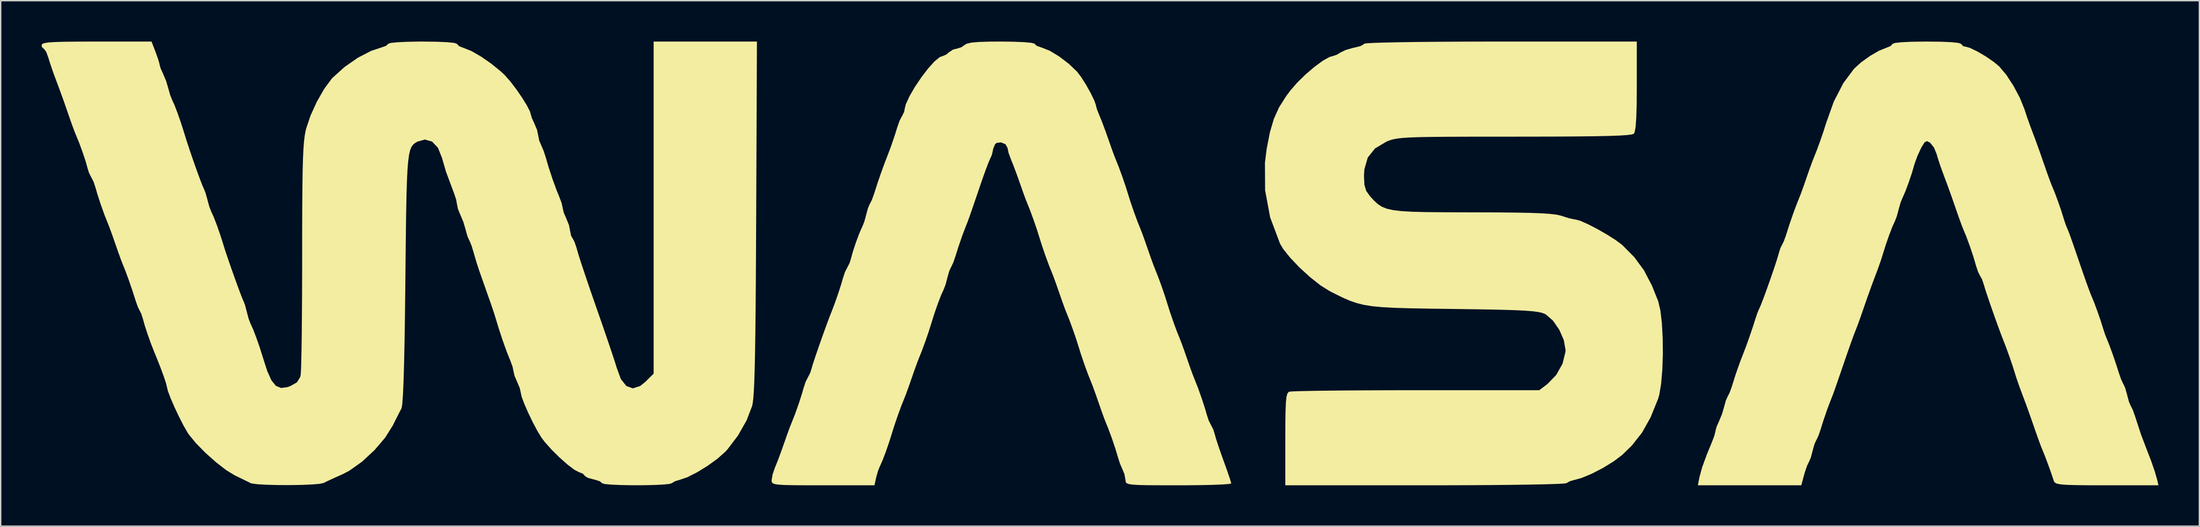
<source format=kicad_pcb>
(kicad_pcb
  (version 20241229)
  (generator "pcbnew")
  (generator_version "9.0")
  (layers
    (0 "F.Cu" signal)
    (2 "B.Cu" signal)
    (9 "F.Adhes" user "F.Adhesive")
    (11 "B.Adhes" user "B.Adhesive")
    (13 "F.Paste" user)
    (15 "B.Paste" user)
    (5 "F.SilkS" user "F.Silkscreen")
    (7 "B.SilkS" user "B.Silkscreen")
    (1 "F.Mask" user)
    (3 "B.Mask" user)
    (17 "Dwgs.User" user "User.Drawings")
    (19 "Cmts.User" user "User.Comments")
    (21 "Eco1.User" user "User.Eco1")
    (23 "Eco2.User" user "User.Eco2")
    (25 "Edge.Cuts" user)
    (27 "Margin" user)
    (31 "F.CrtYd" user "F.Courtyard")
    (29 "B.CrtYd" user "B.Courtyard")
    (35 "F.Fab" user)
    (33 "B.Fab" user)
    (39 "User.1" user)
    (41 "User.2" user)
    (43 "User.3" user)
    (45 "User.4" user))
  (footprint "wasa"
    (layer "F.Cu")
    (at 77.821 16.277)
    (property "Reference" "wasa" (at 0 0 0) (layer "F.SilkS") (effects (font (size 1.5 1.5) (thickness 0.3))))
    (attr board_only exclude_from_pos_files exclude_from_bom)
    (fp_poly (pts (xy 39.091 -13.004) (xy 39.082 -11.685) (xy 39.053 -10.698) (xy 39.004 -10.021) (xy 38.932 -9.628) (xy 38.875 -9.516) (xy 38.726 -9.463) (xy 38.381 -9.418) (xy 37.818 -9.382) (xy 37.015 -9.353) (xy 35.948 -9.331) (xy 34.596 -9.316) (xy 32.937 -9.306) (xy 30.948 -9.302) (xy 30.126 -9.301) (xy 28.146 -9.301) (xy 26.493 -9.298) (xy 25.133 -9.292) (xy 24.034 -9.282) (xy 23.162 -9.266) (xy 22.483 -9.242) (xy 21.964 -9.21) (xy 21.573 -9.168) (xy 21.275 -9.116) (xy 21.037 -9.051) (xy 20.826 -8.972) (xy 20.75 -8.94) (xy 19.908 -8.439) (xy 19.373 -7.769) (xy 19.122 -6.894) (xy 19.095 -6.408) (xy 19.128 -5.765) (xy 19.258 -5.324) (xy 19.536 -4.932) (xy 19.59 -4.871) (xy 19.864 -4.578) (xy 20.125 -4.342) (xy 20.414 -4.156) (xy 20.77 -4.014) (xy 21.234 -3.91) (xy 21.847 -3.838) (xy 22.648 -3.792) (xy 23.678 -3.766) (xy 24.977 -3.754) (xy 26.586 -3.749) (xy 27.057 -3.748) (xy 28.765 -3.743) (xy 30.15 -3.73) (xy 31.248 -3.709) (xy 32.097 -3.678) (xy 32.733 -3.635) (xy 33.193 -3.58) (xy 33.515 -3.509) (xy 33.596 -3.483) (xy 34.115 -3.319) (xy 34.524 -3.229) (xy 34.6 -3.222) (xy 34.946 -3.128) (xy 35.5 -2.884) (xy 36.172 -2.538) (xy 36.869 -2.14) (xy 37.502 -1.741) (xy 37.98 -1.39) (xy 38.039 -1.339) (xy 38.91 -0.458) (xy 39.61 0.497) (xy 40.201 1.624) (xy 40.66 2.773) (xy 40.819 3.444) (xy 40.929 4.376) (xy 40.989 5.473) (xy 41 6.642) (xy 40.962 7.788) (xy 40.875 8.817) (xy 40.739 9.634) (xy 40.655 9.927) (xy 40.099 11.298) (xy 39.477 12.41) (xy 38.727 13.362) (xy 38.033 14.039) (xy 37.408 14.513) (xy 36.623 14.997) (xy 35.796 15.426) (xy 35.05 15.737) (xy 34.659 15.846) (xy 34.217 15.965) (xy 33.956 16.104) (xy 33.944 16.119) (xy 33.75 16.149) (xy 33.225 16.177) (xy 32.401 16.203) (xy 31.307 16.225) (xy 29.973 16.244) (xy 28.43 16.26) (xy 26.708 16.27) (xy 24.836 16.276) (xy 23.588 16.277) (xy 13.33 16.277) (xy 13.33 12.898) (xy 13.334 11.701) (xy 13.347 10.815) (xy 13.374 10.192) (xy 13.417 9.785) (xy 13.482 9.548) (xy 13.572 9.432) (xy 13.615 9.41) (xy 13.847 9.389) (xy 14.403 9.369) (xy 15.249 9.351) (xy 16.348 9.335) (xy 17.666 9.321) (xy 19.166 9.311) (xy 20.813 9.304) (xy 22.571 9.301) (xy 22.921 9.301) (xy 31.941 9.301) (xy 32.545 8.844) (xy 33.187 8.18) (xy 33.65 7.351) (xy 33.861 6.491) (xy 33.867 6.337) (xy 33.74 5.622) (xy 33.41 4.867) (xy 32.948 4.198) (xy 32.428 3.744) (xy 32.372 3.714) (xy 32.168 3.632) (xy 31.884 3.565) (xy 31.48 3.511) (xy 30.92 3.466) (xy 30.166 3.43) (xy 29.18 3.4) (xy 27.923 3.374) (xy 26.358 3.35) (xy 25.67 3.341) (xy 23.941 3.318) (xy 22.526 3.293) (xy 21.378 3.259) (xy 20.452 3.21) (xy 19.701 3.139) (xy 19.078 3.039) (xy 18.538 2.903) (xy 18.034 2.726) (xy 17.519 2.5) (xy 16.948 2.218) (xy 16.57 2.025) (xy 15.902 1.605) (xy 15.144 1.005) (xy 14.38 0.307) (xy 13.695 -0.41) (xy 13.17 -1.066) (xy 12.948 -1.438) (xy 12.22 -3.378) (xy 11.85 -5.361) (xy 11.837 -7.386) (xy 11.964 -8.407) (xy 12.203 -9.628) (xy 12.489 -10.603) (xy 12.868 -11.444) (xy 13.386 -12.263) (xy 13.697 -12.683) (xy 14.211 -13.275) (xy 14.829 -13.878) (xy 15.479 -14.432) (xy 16.086 -14.876) (xy 16.577 -15.15) (xy 16.8 -15.21) (xy 17.113 -15.315) (xy 17.355 -15.465) (xy 17.751 -15.66) (xy 18.294 -15.815) (xy 18.391 -15.833) (xy 18.835 -15.944) (xy 19.079 -16.077) (xy 19.095 -16.114) (xy 19.271 -16.148) (xy 19.783 -16.179) (xy 20.607 -16.206) (xy 21.717 -16.229) (xy 23.091 -16.249) (xy 24.703 -16.263) (xy 26.529 -16.273) (xy 28.545 -16.277) (xy 29.093 -16.277) (xy 39.091 -16.277)) (stroke (width 0) (type solid)) (fill yes) (layer "F.SilkS"))
    (fp_poly (pts (xy 61.4 -16.265) (xy 62.193 -16.23) (xy 62.694 -16.173) (xy 62.87 -16.099) (xy 62.87 -16.099) (xy 63.013 -15.935) (xy 63.113 -15.92) (xy 63.494 -15.818) (xy 64.05 -15.551) (xy 64.678 -15.182) (xy 65.273 -14.77) (xy 65.664 -14.441) (xy 66.17 -13.841) (xy 66.697 -13.031) (xy 67.167 -12.146) (xy 67.501 -11.321) (xy 67.524 -11.248) (xy 67.693 -10.732) (xy 67.931 -10.068) (xy 68.085 -9.659) (xy 68.34 -8.976) (xy 68.642 -8.137) (xy 68.921 -7.334) (xy 69.16 -6.646) (xy 69.375 -6.054) (xy 69.525 -5.67) (xy 69.541 -5.635) (xy 69.735 -5.162) (xy 69.976 -4.514) (xy 70.204 -3.855) (xy 70.362 -3.347) (xy 70.372 -3.309) (xy 70.528 -2.833) (xy 70.626 -2.594) (xy 70.697 -2.431) (xy 70.775 -2.233) (xy 70.88 -1.947) (xy 71.032 -1.517) (xy 71.25 -0.888) (xy 71.552 -0.006) (xy 71.769 0.626) (xy 72.016 1.333) (xy 72.238 1.944) (xy 72.396 2.352) (xy 72.423 2.415) (xy 72.618 2.887) (xy 72.858 3.535) (xy 73.087 4.195) (xy 73.245 4.703) (xy 73.255 4.74) (xy 73.411 5.216) (xy 73.508 5.456) (xy 73.712 5.962) (xy 73.971 6.667) (xy 74.232 7.431) (xy 74.428 8.049) (xy 74.591 8.515) (xy 74.741 8.832) (xy 74.757 8.854) (xy 74.886 9.14) (xy 75.016 9.601) (xy 75.029 9.659) (xy 75.155 10.129) (xy 75.288 10.445) (xy 75.301 10.464) (xy 75.443 10.746) (xy 75.606 11.202) (xy 75.626 11.269) (xy 76.045 12.551) (xy 76.476 13.684) (xy 76.793 14.503) (xy 77.061 15.284) (xy 77.23 15.875) (xy 77.323 16.277) (xy 73.54 16.277) (xy 72.274 16.275) (xy 71.322 16.266) (xy 70.638 16.246) (xy 70.176 16.212) (xy 69.891 16.16) (xy 69.736 16.085) (xy 69.665 15.986) (xy 69.658 15.964) (xy 69.471 15.407) (xy 69.236 14.752) (xy 69.007 14.14) (xy 68.833 13.712) (xy 68.82 13.684) (xy 68.685 13.346) (xy 68.478 12.781) (xy 68.24 12.101) (xy 68.201 11.985) (xy 67.917 11.17) (xy 67.615 10.331) (xy 67.363 9.659) (xy 67.123 9.014) (xy 66.917 8.419) (xy 66.829 8.139) (xy 66.658 7.591) (xy 66.417 6.883) (xy 66.167 6.186) (xy 65.988 5.724) (xy 65.803 5.248) (xy 65.556 4.581) (xy 65.281 3.814) (xy 65.01 3.039) (xy 64.774 2.347) (xy 64.606 1.83) (xy 64.543 1.61) (xy 64.399 1.178) (xy 64.269 0.944) (xy 64.105 0.625) (xy 63.949 0.156) (xy 63.945 0.139) (xy 63.756 -0.507) (xy 63.496 -1.279) (xy 63.227 -2.007) (xy 63.056 -2.415) (xy 62.921 -2.752) (xy 62.714 -3.317) (xy 62.476 -3.997) (xy 62.436 -4.114) (xy 62.153 -4.928) (xy 61.851 -5.767) (xy 61.599 -6.439) (xy 61.357 -7.099) (xy 61.152 -7.723) (xy 61.068 -8.018) (xy 60.87 -8.502) (xy 60.597 -8.849) (xy 60.589 -8.855) (xy 60.361 -8.975) (xy 60.182 -8.885) (xy 59.963 -8.532) (xy 59.914 -8.439) (xy 59.651 -7.867) (xy 59.451 -7.316) (xy 59.431 -7.244) (xy 59.254 -6.64) (xy 59.025 -5.958) (xy 58.791 -5.328) (xy 58.599 -4.883) (xy 58.568 -4.824) (xy 58.422 -4.464) (xy 58.283 -3.965) (xy 58.276 -3.935) (xy 58.139 -3.435) (xy 57.992 -3.061) (xy 57.984 -3.047) (xy 57.814 -2.674) (xy 57.587 -2.08) (xy 57.346 -1.389) (xy 57.136 -0.723) (xy 57.108 -0.626) (xy 56.957 -0.154) (xy 56.732 0.478) (xy 56.574 0.894) (xy 56.318 1.577) (xy 56.016 2.417) (xy 55.737 3.22) (xy 55.499 3.908) (xy 55.286 4.5) (xy 55.139 4.883) (xy 55.123 4.919) (xy 54.993 5.251) (xy 54.788 5.816) (xy 54.545 6.507) (xy 54.475 6.708) (xy 54.115 7.76) (xy 53.85 8.528) (xy 53.663 9.068) (xy 53.534 9.434) (xy 53.442 9.681) (xy 53.37 9.864) (xy 53.344 9.927) (xy 53.068 10.649) (xy 52.772 11.512) (xy 52.568 12.163) (xy 52.408 12.629) (xy 52.259 12.946) (xy 52.243 12.968) (xy 52.114 13.254) (xy 51.984 13.715) (xy 51.971 13.773) (xy 51.845 14.243) (xy 51.711 14.559) (xy 51.698 14.578) (xy 51.566 14.852) (xy 51.406 15.325) (xy 51.351 15.517) (xy 51.146 16.277) (xy 47.356 16.277) (xy 43.566 16.277) (xy 43.68 15.696) (xy 43.874 14.975) (xy 44.225 14.012) (xy 44.603 13.096) (xy 44.774 12.642) (xy 44.855 12.314) (xy 44.856 12.291) (xy 44.936 11.985) (xy 45.11 11.594) (xy 45.333 11.059) (xy 45.49 10.521) (xy 45.617 10.061) (xy 45.751 9.758) (xy 45.758 9.749) (xy 45.9 9.466) (xy 46.063 9.011) (xy 46.083 8.944) (xy 46.345 8.115) (xy 46.643 7.265) (xy 46.859 6.708) (xy 47.081 6.131) (xy 47.351 5.377) (xy 47.612 4.608) (xy 47.768 4.114) (xy 47.923 3.649) (xy 48.055 3.332) (xy 48.068 3.309) (xy 48.184 3.049) (xy 48.381 2.538) (xy 48.627 1.866) (xy 48.89 1.122) (xy 49.14 0.395) (xy 49.344 -0.226) (xy 49.471 -0.65) (xy 49.487 -0.715) (xy 49.615 -1.128) (xy 49.725 -1.342) (xy 49.865 -1.624) (xy 50.029 -2.079) (xy 50.05 -2.146) (xy 50.268 -2.832) (xy 50.531 -3.596) (xy 50.788 -4.294) (xy 50.967 -4.74) (xy 51.105 -5.09) (xy 51.31 -5.653) (xy 51.521 -6.261) (xy 51.746 -6.909) (xy 51.948 -7.462) (xy 52.074 -7.781) (xy 52.282 -8.302) (xy 52.54 -9.006) (xy 52.789 -9.734) (xy 52.962 -10.285) (xy 53.526 -11.866) (xy 54.228 -13.229) (xy 55.011 -14.281) (xy 55.53 -14.754) (xy 56.186 -15.225) (xy 56.846 -15.607) (xy 57.343 -15.806) (xy 57.695 -15.95) (xy 57.826 -16.102) (xy 57.999 -16.173) (xy 58.491 -16.228) (xy 59.262 -16.264) (xy 60.27 -16.277) (xy 60.348 -16.277)) (stroke (width 0) (type solid)) (fill yes) (layer "F.SilkS"))
    (fp_poly (pts (xy -6.578 -16.266) (xy -5.827 -16.235) (xy -5.298 -16.187) (xy -5.054 -16.128) (xy -5.044 -16.113) (xy -4.889 -15.963) (xy -4.516 -15.833) (xy -4.514 -15.833) (xy -3.938 -15.605) (xy -3.239 -15.182) (xy -2.529 -14.64) (xy -1.928 -14.063) (xy -1.624 -13.662) (xy -1.275 -13.11) (xy -0.941 -12.512) (xy -0.679 -11.974) (xy -0.546 -11.602) (xy -0.54 -11.547) (xy -0.474 -11.306) (xy -0.312 -10.896) (xy -0.291 -10.849) (xy -0.101 -10.38) (xy 0.144 -9.725) (xy 0.357 -9.123) (xy 0.584 -8.474) (xy 0.787 -7.921) (xy 0.913 -7.602) (xy 1.122 -7.081) (xy 1.379 -6.377) (xy 1.629 -5.649) (xy 1.801 -5.098) (xy 1.994 -4.485) (xy 2.247 -3.753) (xy 2.502 -3.058) (xy 2.689 -2.594) (xy 2.827 -2.244) (xy 3.031 -1.68) (xy 3.243 -1.073) (xy 3.468 -0.425) (xy 3.67 0.128) (xy 3.796 0.447) (xy 4.004 0.968) (xy 4.262 1.672) (xy 4.511 2.4) (xy 4.684 2.951) (xy 4.877 3.564) (xy 5.129 4.297) (xy 5.384 4.991) (xy 5.572 5.456) (xy 5.709 5.806) (xy 5.914 6.369) (xy 6.125 6.976) (xy 6.35 7.624) (xy 6.552 8.177) (xy 6.678 8.496) (xy 6.93 9.129) (xy 7.211 9.92) (xy 7.457 10.682) (xy 7.56 11.05) (xy 7.714 11.521) (xy 7.879 11.849) (xy 7.884 11.855) (xy 8.057 12.195) (xy 8.155 12.521) (xy 8.259 12.889) (xy 8.455 13.485) (xy 8.706 14.203) (xy 8.809 14.487) (xy 9.057 15.174) (xy 9.248 15.732) (xy 9.354 16.077) (xy 9.367 16.142) (xy 9.196 16.182) (xy 8.716 16.217) (xy 7.98 16.246) (xy 7.04 16.266) (xy 5.948 16.277) (xy 5.494 16.277) (xy 4.22 16.276) (xy 3.261 16.27) (xy 2.573 16.255) (xy 2.11 16.226) (xy 1.829 16.179) (xy 1.683 16.11) (xy 1.629 16.015) (xy 1.621 15.908) (xy 1.536 15.451) (xy 1.413 15.152) (xy 1.212 14.685) (xy 1.065 14.225) (xy 0.883 13.613) (xy 0.627 12.851) (xy 0.358 12.12) (xy 0.193 11.716) (xy 0.055 11.366) (xy -0.149 10.803) (xy -0.36 10.196) (xy -0.586 9.547) (xy -0.788 8.994) (xy -0.913 8.675) (xy -1.122 8.155) (xy -1.379 7.451) (xy -1.629 6.722) (xy -1.801 6.171) (xy -1.994 5.559) (xy -2.247 4.826) (xy -2.502 4.132) (xy -2.689 3.667) (xy -2.827 3.317) (xy -3.031 2.754) (xy -3.243 2.146) (xy -3.468 1.498) (xy -3.67 0.945) (xy -3.796 0.626) (xy -4.004 0.105) (xy -4.262 -0.599) (xy -4.511 -1.327) (xy -4.684 -1.878) (xy -4.877 -2.491) (xy -5.129 -3.223) (xy -5.384 -3.918) (xy -5.572 -4.382) (xy -5.71 -4.732) (xy -5.915 -5.295) (xy -6.128 -5.903) (xy -6.374 -6.596) (xy -6.615 -7.235) (xy -6.776 -7.629) (xy -6.948 -8.095) (xy -7.025 -8.454) (xy -7.026 -8.467) (xy -7.172 -8.738) (xy -7.496 -8.88) (xy -7.828 -8.845) (xy -7.946 -8.739) (xy -8.089 -8.385) (xy -8.104 -8.27) (xy -8.188 -7.93) (xy -8.279 -7.734) (xy -8.415 -7.425) (xy -8.624 -6.879) (xy -8.867 -6.199) (xy -8.938 -5.992) (xy -9.302 -4.924) (xy -9.571 -4.139) (xy -9.764 -3.582) (xy -9.901 -3.199) (xy -10.002 -2.932) (xy -10.066 -2.773) (xy -10.342 -2.051) (xy -10.638 -1.188) (xy -10.842 -0.537) (xy -11.002 -0.071) (xy -11.151 0.246) (xy -11.167 0.268) (xy -11.298 0.555) (xy -11.429 1.014) (xy -11.441 1.067) (xy -11.576 1.569) (xy -11.722 1.946) (xy -11.731 1.962) (xy -11.899 2.332) (xy -12.127 2.925) (xy -12.37 3.621) (xy -12.586 4.3) (xy -12.61 4.382) (xy -12.803 4.995) (xy -13.055 5.728) (xy -13.31 6.422) (xy -13.498 6.887) (xy -13.635 7.237) (xy -13.84 7.8) (xy -14.051 8.407) (xy -14.277 9.055) (xy -14.478 9.608) (xy -14.604 9.927) (xy -14.813 10.448) (xy -15.07 11.152) (xy -15.319 11.881) (xy -15.492 12.432) (xy -15.701 13.1) (xy -15.943 13.8) (xy -16.175 14.414) (xy -16.354 14.82) (xy -16.371 14.852) (xy -16.52 15.218) (xy -16.655 15.702) (xy -16.782 16.277) (xy -20.55 16.277) (xy -21.805 16.276) (xy -22.745 16.27) (xy -23.416 16.254) (xy -23.862 16.224) (xy -24.131 16.176) (xy -24.266 16.104) (xy -24.313 16.004) (xy -24.319 15.902) (xy -24.247 15.476) (xy -24.073 14.972) (xy -24.069 14.963) (xy -23.879 14.495) (xy -23.634 13.84) (xy -23.421 13.237) (xy -23.194 12.589) (xy -22.992 12.036) (xy -22.865 11.716) (xy -22.613 11.084) (xy -22.332 10.293) (xy -22.087 9.531) (xy -21.983 9.162) (xy -21.829 8.692) (xy -21.664 8.364) (xy -21.659 8.357) (xy -21.485 8.018) (xy -21.385 7.692) (xy -21.29 7.368) (xy -21.102 6.8) (xy -20.855 6.08) (xy -20.579 5.298) (xy -20.308 4.547) (xy -20.074 3.918) (xy -19.939 3.577) (xy -19.697 2.946) (xy -19.433 2.19) (xy -19.205 1.481) (xy -19.101 1.113) (xy -18.947 0.642) (xy -18.782 0.315) (xy -18.777 0.308) (xy -18.603 -0.032) (xy -18.503 -0.358) (xy -18.361 -0.873) (xy -18.149 -1.516) (xy -17.917 -2.143) (xy -17.717 -2.61) (xy -17.675 -2.689) (xy -17.531 -3.048) (xy -17.393 -3.548) (xy -17.386 -3.583) (xy -17.258 -4.051) (xy -17.124 -4.365) (xy -17.111 -4.382) (xy -16.969 -4.664) (xy -16.804 -5.12) (xy -16.783 -5.187) (xy -16.569 -5.858) (xy -16.3 -6.64) (xy -16.036 -7.368) (xy -15.875 -7.781) (xy -15.592 -8.521) (xy -15.293 -9.395) (xy -15.101 -10.017) (xy -14.936 -10.481) (xy -14.773 -10.791) (xy -14.755 -10.813) (xy -14.6 -11.139) (xy -14.591 -11.226) (xy -14.488 -11.67) (xy -14.211 -12.272) (xy -13.811 -12.96) (xy -13.338 -13.664) (xy -12.843 -14.31) (xy -12.376 -14.826) (xy -11.989 -15.142) (xy -11.805 -15.204) (xy -11.504 -15.33) (xy -11.349 -15.473) (xy -11 -15.702) (xy -10.799 -15.741) (xy -10.406 -15.862) (xy -10.204 -16.009) (xy -10.013 -16.123) (xy -9.673 -16.201) (xy -9.128 -16.249) (xy -8.322 -16.273) (xy -7.489 -16.277)) (stroke (width 0) (type solid)) (fill yes) (layer "F.SilkS"))
    (fp_poly (pts (xy -69.469 -15.511) (xy -69.291 -15.014) (xy -69.186 -14.652) (xy -69.173 -14.572) (xy -69.095 -14.301) (xy -68.92 -13.919) (xy -68.695 -13.383) (xy -68.538 -12.852) (xy -68.401 -12.359) (xy -68.253 -11.993) (xy -68.252 -11.99) (xy -68.084 -11.621) (xy -67.856 -11.028) (xy -67.612 -10.33) (xy -67.394 -9.645) (xy -67.372 -9.57) (xy -67.196 -9.003) (xy -66.959 -8.286) (xy -66.692 -7.507) (xy -66.425 -6.753) (xy -66.189 -6.111) (xy -66.016 -5.67) (xy -65.955 -5.539) (xy -65.809 -5.179) (xy -65.668 -4.68) (xy -65.662 -4.651) (xy -65.525 -4.151) (xy -65.378 -3.776) (xy -65.37 -3.762) (xy -65.202 -3.393) (xy -64.974 -2.8) (xy -64.73 -2.102) (xy -64.513 -1.419) (xy -64.49 -1.342) (xy -64.346 -0.885) (xy -64.13 -0.244) (xy -63.872 0.496) (xy -63.603 1.251) (xy -63.353 1.936) (xy -63.153 2.465) (xy -63.032 2.754) (xy -63.021 2.773) (xy -62.912 3.058) (xy -62.79 3.518) (xy -62.778 3.572) (xy -62.643 4.074) (xy -62.497 4.45) (xy -62.488 4.466) (xy -62.319 4.836) (xy -62.092 5.429) (xy -61.848 6.125) (xy -61.632 6.805) (xy -61.608 6.887) (xy -61.285 7.894) (xy -60.976 8.581) (xy -60.648 8.984) (xy -60.268 9.136) (xy -59.803 9.073) (xy -59.601 9.002) (xy -59.112 8.728) (xy -58.875 8.348) (xy -58.837 8.195) (xy -58.814 7.906) (xy -58.793 7.299) (xy -58.774 6.411) (xy -58.757 5.281) (xy -58.744 3.948) (xy -58.734 2.45) (xy -58.728 0.826) (xy -58.726 -0.545) (xy -58.725 -2.541) (xy -58.719 -4.213) (xy -58.708 -5.596) (xy -58.691 -6.722) (xy -58.667 -7.627) (xy -58.635 -8.343) (xy -58.593 -8.905) (xy -58.542 -9.346) (xy -58.478 -9.701) (xy -58.44 -9.868) (xy -58.119 -10.832) (xy -57.656 -11.852) (xy -57.116 -12.798) (xy -56.567 -13.542) (xy -56.489 -13.627) (xy -55.623 -14.41) (xy -54.645 -15.09) (xy -53.665 -15.597) (xy -52.944 -15.834) (xy -52.573 -15.964) (xy -52.421 -16.113) (xy -52.251 -16.173) (xy -51.781 -16.224) (xy -51.072 -16.259) (xy -50.184 -16.276) (xy -49.899 -16.277) (xy -48.876 -16.265) (xy -48.088 -16.231) (xy -47.575 -16.178) (xy -47.378 -16.107) (xy -47.377 -16.102) (xy -47.223 -15.938) (xy -46.882 -15.808) (xy -46.323 -15.584) (xy -45.613 -15.175) (xy -44.854 -14.648) (xy -44.147 -14.071) (xy -43.889 -13.827) (xy -43.492 -13.38) (xy -43.049 -12.802) (xy -42.62 -12.18) (xy -42.26 -11.6) (xy -42.028 -11.149) (xy -41.973 -10.953) (xy -41.896 -10.68) (xy -41.709 -10.271) (xy -41.704 -10.261) (xy -41.511 -9.797) (xy -41.434 -9.424) (xy -41.349 -9.008) (xy -41.224 -8.713) (xy -41.023 -8.246) (xy -40.874 -7.785) (xy -40.653 -7.029) (xy -40.367 -6.164) (xy -40.073 -5.357) (xy -39.882 -4.892) (xy -39.709 -4.429) (xy -39.632 -4.076) (xy -39.631 -4.063) (xy -39.552 -3.723) (xy -39.362 -3.285) (xy -39.168 -2.805) (xy -39.092 -2.406) (xy -39.014 -2.023) (xy -38.921 -1.869) (xy -38.772 -1.597) (xy -38.612 -1.131) (xy -38.573 -0.984) (xy -38.461 -0.603) (xy -38.25 0.054) (xy -37.96 0.924) (xy -37.613 1.947) (xy -37.228 3.059) (xy -37.109 3.399) (xy -36.72 4.515) (xy -36.365 5.551) (xy -36.062 6.445) (xy -35.832 7.14) (xy -35.695 7.576) (xy -35.674 7.651) (xy -35.367 8.484) (xy -34.967 8.992) (xy -34.491 9.164) (xy -33.954 8.994) (xy -33.569 8.684) (xy -32.966 8.085) (xy -32.966 -4.096) (xy -32.966 -16.277) (xy -29.181 -16.277) (xy -25.395 -16.277) (xy -25.45 -3.354) (xy -25.463 -0.742) (xy -25.477 1.535) (xy -25.493 3.497) (xy -25.512 5.166) (xy -25.534 6.565) (xy -25.559 7.714) (xy -25.588 8.636) (xy -25.622 9.353) (xy -25.66 9.885) (xy -25.704 10.256) (xy -25.744 10.451) (xy -26.152 11.514) (xy -26.78 12.621) (xy -27.543 13.628) (xy -27.718 13.82) (xy -28.286 14.326) (xy -29.013 14.851) (xy -29.791 15.329) (xy -30.511 15.692) (xy -31.019 15.864) (xy -31.422 15.987) (xy -31.629 16.122) (xy -31.834 16.182) (xy -32.311 16.227) (xy -32.983 16.257) (xy -33.773 16.272) (xy -34.601 16.273) (xy -35.39 16.258) (xy -36.063 16.229) (xy -36.541 16.185) (xy -36.746 16.127) (xy -36.749 16.118) (xy -36.906 15.984) (xy -37.294 15.86) (xy -37.379 15.842) (xy -37.795 15.727) (xy -38.004 15.595) (xy -38.01 15.573) (xy -38.162 15.42) (xy -38.437 15.315) (xy -38.79 15.129) (xy -39.296 14.741) (xy -39.877 14.224) (xy -40.455 13.651) (xy -40.95 13.094) (xy -41.181 12.789) (xy -41.485 12.29) (xy -41.828 11.644) (xy -42.164 10.945) (xy -42.449 10.291) (xy -42.64 9.775) (xy -42.695 9.525) (xy -42.776 9.148) (xy -42.965 8.7) (xy -43.156 8.258) (xy -43.234 7.922) (xy -43.304 7.582) (xy -43.473 7.12) (xy -43.485 7.093) (xy -43.734 6.471) (xy -44.029 5.649) (xy -44.318 4.771) (xy -44.489 4.204) (xy -44.661 3.646) (xy -44.862 3.05) (xy -44.865 3.041) (xy -45.089 2.406) (xy -45.306 1.789) (xy -45.529 1.154) (xy -45.747 0.537) (xy -45.947 -0.076) (xy -46.141 -0.739) (xy -46.159 -0.805) (xy -46.31 -1.3) (xy -46.451 -1.648) (xy -46.482 -1.699) (xy -46.61 -1.988) (xy -46.737 -2.443) (xy -46.743 -2.472) (xy -46.915 -3.054) (xy -47.123 -3.545) (xy -47.308 -3.995) (xy -47.376 -4.332) (xy -47.444 -4.702) (xy -47.608 -5.188) (xy -47.624 -5.226) (xy -48.192 -6.752) (xy -48.475 -7.737) (xy -48.772 -8.482) (xy -49.204 -8.941) (xy -49.735 -9.09) (xy -50.267 -8.94) (xy -50.441 -8.84) (xy -50.588 -8.722) (xy -50.71 -8.556) (xy -50.811 -8.313) (xy -50.892 -7.963) (xy -50.958 -7.477) (xy -51.009 -6.826) (xy -51.049 -5.98) (xy -51.08 -4.91) (xy -51.106 -3.587) (xy -51.127 -1.982) (xy -51.148 -0.064) (xy -51.16 1.163) (xy -51.188 3.561) (xy -51.219 5.605) (xy -51.255 7.298) (xy -51.294 8.643) (xy -51.339 9.643) (xy -51.387 10.302) (xy -51.44 10.623) (xy -51.449 10.643) (xy -51.64 11.007) (xy -51.912 11.544) (xy -52.079 11.883) (xy -52.647 12.787) (xy -53.435 13.709) (xy -54.343 14.549) (xy -55.272 15.21) (xy -55.765 15.466) (xy -56.374 15.737) (xy -56.884 15.974) (xy -57.148 16.105) (xy -57.446 16.17) (xy -58.02 16.218) (xy -58.782 16.249) (xy -59.647 16.263) (xy -60.529 16.259) (xy -61.344 16.238) (xy -62.005 16.199) (xy -62.427 16.142) (xy -62.509 16.114) (xy -62.819 15.959) (xy -63.319 15.714) (xy -63.673 15.544) (xy -64.3 15.16) (xy -65.048 14.579) (xy -65.818 13.892) (xy -66.512 13.185) (xy -67.032 12.549) (xy -67.111 12.432) (xy -67.414 11.906) (xy -67.753 11.243) (xy -68.087 10.535) (xy -68.372 9.874) (xy -68.569 9.352) (xy -68.634 9.075) (xy -68.699 8.798) (xy -68.872 8.277) (xy -69.124 7.598) (xy -69.422 6.846) (xy -69.554 6.529) (xy -69.798 5.908) (xy -70.053 5.196) (xy -70.267 4.539) (xy -70.384 4.114) (xy -70.512 3.702) (xy -70.621 3.488) (xy -70.762 3.206) (xy -70.925 2.751) (xy -70.946 2.683) (xy -71.165 1.998) (xy -71.428 1.233) (xy -71.684 0.536) (xy -71.864 0.089) (xy -72.001 -0.261) (xy -72.206 -0.824) (xy -72.417 -1.431) (xy -72.643 -2.079) (xy -72.844 -2.632) (xy -72.97 -2.951) (xy -73.222 -3.584) (xy -73.504 -4.375) (xy -73.749 -5.137) (xy -73.853 -5.505) (xy -74.007 -5.976) (xy -74.171 -6.304) (xy -74.176 -6.31) (xy -74.35 -6.65) (xy -74.45 -6.976) (xy -74.592 -7.484) (xy -74.818 -8.163) (xy -75.071 -8.855) (xy -75.293 -9.391) (xy -75.428 -9.728) (xy -75.635 -10.293) (xy -75.873 -10.973) (xy -75.913 -11.09) (xy -76.196 -11.905) (xy -76.499 -12.743) (xy -76.751 -13.415) (xy -77.002 -14.095) (xy -77.225 -14.758) (xy -77.319 -15.07) (xy -77.474 -15.497) (xy -77.628 -15.728) (xy -77.663 -15.741) (xy -77.804 -15.886) (xy -77.821 -16.009) (xy -77.779 -16.097) (xy -77.624 -16.164) (xy -77.315 -16.213) (xy -76.811 -16.245) (xy -76.069 -16.265) (xy -75.047 -16.275) (xy -73.793 -16.277) (xy -69.764 -16.277)) (stroke (width 0) (type solid)) (fill yes) (layer "F.SilkS")))
  (gr_rect
    (start -3 -3)
    (end 158.144 35.555)
    (stroke (width 0.1) (type default))
    (fill no)
    (layer "Edge.Cuts")))
</source>
